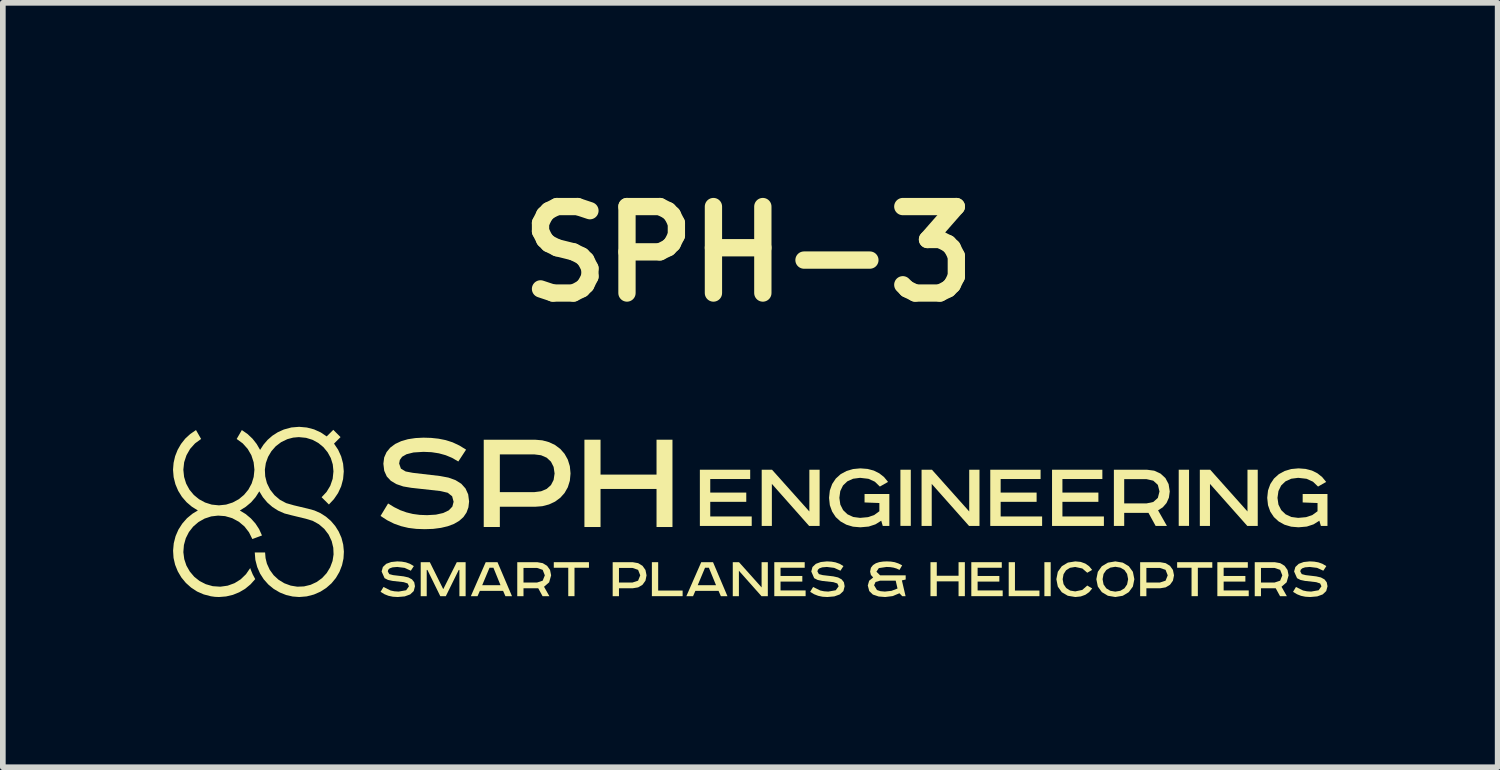
<source format=kicad_pcb>
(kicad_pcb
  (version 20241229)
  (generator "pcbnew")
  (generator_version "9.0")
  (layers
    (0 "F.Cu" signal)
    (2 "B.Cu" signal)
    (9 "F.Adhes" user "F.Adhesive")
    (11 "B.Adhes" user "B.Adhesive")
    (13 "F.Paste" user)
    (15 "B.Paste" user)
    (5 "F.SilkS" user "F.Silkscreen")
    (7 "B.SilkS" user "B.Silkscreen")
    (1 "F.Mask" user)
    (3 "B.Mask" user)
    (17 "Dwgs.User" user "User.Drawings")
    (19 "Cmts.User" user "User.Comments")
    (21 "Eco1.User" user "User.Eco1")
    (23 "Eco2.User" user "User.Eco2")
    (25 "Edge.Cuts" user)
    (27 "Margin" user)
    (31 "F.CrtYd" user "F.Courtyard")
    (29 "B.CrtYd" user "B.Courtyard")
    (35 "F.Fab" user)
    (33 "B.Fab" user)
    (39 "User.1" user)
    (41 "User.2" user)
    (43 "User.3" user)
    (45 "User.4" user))
  (footprint "SPH-3"
    (layer "F.Cu")
    (at 10.143 5.974)
    (property "Reference" "SPH-3" (at 0 -4.548 0) (layer "F.SilkS") (effects (font (size 1.524 1.524) (thickness 0.305))))
    (attr smd)
    (fp_poly (pts (xy 2.862 0.246) (xy 2.679 0.246) (xy 2.679 -0.744) (xy 2.862 -0.744) (xy 2.862 0.246)) (stroke (width 0) (type solid)) (fill yes) (layer "F.SilkS"))
    (fp_poly (pts (xy 5.328 1.485) (xy 5.217 1.485) (xy 5.217 0.886) (xy 5.328 0.886) (xy 5.328 1.485)) (stroke (width 0) (type solid)) (fill yes) (layer "F.SilkS"))
    (fp_poly (pts (xy 7.767 0.246) (xy 7.585 0.246) (xy 7.585 -0.744) (xy 7.767 -0.744) (xy 7.767 0.246)) (stroke (width 0) (type solid)) (fill yes) (layer "F.SilkS"))
    (fp_poly (pts (xy -1.591 0.886) (xy -1.591 1.386) (xy -1.16 1.386) (xy -1.16 1.485) (xy -1.702 1.485) (xy -1.702 0.886) (xy -1.591 0.886)) (stroke (width 0) (type solid)) (fill yes) (layer "F.SilkS"))
    (fp_poly (pts (xy 4.698 0.886) (xy 4.698 1.386) (xy 5.13 1.386) (xy 5.13 1.485) (xy 4.588 1.485) (xy 4.588 0.886) (xy 4.698 0.886)) (stroke (width 0) (type solid)) (fill yes) (layer "F.SilkS"))
    (fp_poly (pts (xy -2.811 0.886) (xy -2.811 0.984) (xy -3.066 0.984) (xy -3.066 1.485) (xy -3.176 1.485) (xy -3.176 0.984) (xy -3.431 0.984) (xy -3.431 0.886) (xy -2.811 0.886)) (stroke (width 0) (type solid)) (fill yes) (layer "F.SilkS"))
    (fp_poly (pts (xy 8.177 0.886) (xy 8.177 0.984) (xy 7.922 0.984) (xy 7.922 1.485) (xy 7.811 1.485) (xy 7.811 0.984) (xy 7.557 0.984) (xy 7.557 0.886) (xy 8.177 0.886)) (stroke (width 0) (type solid)) (fill yes) (layer "F.SilkS"))
    (fp_poly (pts (xy -0.166 0.886) (xy 0.232 1.331) (xy 0.232 0.886) (xy 0.342 0.886) (xy 0.342 1.485) (xy 0.23 1.485) (xy -0.168 1.037) (xy -0.168 1.485) (xy -0.276 1.485) (xy -0.276 0.886) (xy -0.166 0.886)) (stroke (width 0) (type solid)) (fill yes) (layer "F.SilkS"))
    (fp_poly (pts (xy 0.416 -0.744) (xy 1.074 -0.008) (xy 1.074 -0.744) (xy 1.255 -0.744) (xy 1.255 0.247) (xy 1.07 0.247) (xy 0.413 -0.494) (xy 0.413 0.247) (xy 0.234 0.247) (xy 0.234 -0.744) (xy 0.416 -0.744)) (stroke (width 0) (type solid)) (fill yes) (layer "F.SilkS"))
    (fp_poly (pts (xy 3.235 -0.744) (xy 3.892 -0.008) (xy 3.892 -0.744) (xy 4.073 -0.744) (xy 4.073 0.247) (xy 3.889 0.247) (xy 3.231 -0.494) (xy 3.231 0.247) (xy 3.052 0.247) (xy 3.052 -0.744) (xy 3.235 -0.744)) (stroke (width 0) (type solid)) (fill yes) (layer "F.SilkS"))
    (fp_poly (pts (xy 8.14 -0.744) (xy 8.797 -0.008) (xy 8.797 -0.744) (xy 8.978 -0.744) (xy 8.978 0.247) (xy 8.794 0.247) (xy 8.136 -0.494) (xy 8.136 0.247) (xy 7.957 0.247) (xy 7.957 -0.744) (xy 8.14 -0.744)) (stroke (width 0) (type solid)) (fill yes) (layer "F.SilkS"))
    (fp_poly (pts (xy -2.607 -1.273) (xy -2.607 -0.658) (xy -1.62 -0.658) (xy -1.62 -1.273) (xy -1.339 -1.273) (xy -1.339 0.266) (xy -1.62 0.266) (xy -1.62 -0.405) (xy -2.607 -0.405) (xy -2.607 0.266) (xy -2.891 0.266) (xy -2.891 -1.273) (xy -2.607 -1.273)) (stroke (width 0) (type solid)) (fill yes) (layer "F.SilkS"))
    (fp_poly (pts (xy 0.031 -0.744) (xy 0.031 -0.58) (xy -0.673 -0.58) (xy -0.673 -0.341) (xy -0.038 -0.341) (xy -0.038 -0.178) (xy -0.673 -0.178) (xy -0.673 0.08) (xy 0.058 0.08) (xy 0.058 0.247) (xy -0.856 0.247) (xy -0.856 -0.744) (xy 0.031 -0.744)) (stroke (width 0) (type solid)) (fill yes) (layer "F.SilkS"))
    (fp_poly (pts (xy 0.992 0.886) (xy 0.992 0.984) (xy 0.566 0.984) (xy 0.566 1.129) (xy 0.95 1.129) (xy 0.95 1.228) (xy 0.566 1.228) (xy 0.566 1.384) (xy 1.008 1.384) (xy 1.008 1.485) (xy 0.456 1.485) (xy 0.456 0.886) (xy 0.992 0.886)) (stroke (width 0) (type solid)) (fill yes) (layer "F.SilkS"))
    (fp_poly (pts (xy 3.32 0.886) (xy 3.32 1.125) (xy 3.704 1.125) (xy 3.704 0.886) (xy 3.815 0.886) (xy 3.815 1.485) (xy 3.704 1.485) (xy 3.704 1.224) (xy 3.32 1.224) (xy 3.32 1.485) (xy 3.209 1.485) (xy 3.209 0.886) (xy 3.32 0.886)) (stroke (width 0) (type solid)) (fill yes) (layer "F.SilkS"))
    (fp_poly (pts (xy 4.466 0.886) (xy 4.466 0.984) (xy 4.04 0.984) (xy 4.04 1.129) (xy 4.423 1.129) (xy 4.423 1.228) (xy 4.04 1.228) (xy 4.04 1.384) (xy 4.482 1.384) (xy 4.482 1.485) (xy 3.929 1.485) (xy 3.929 0.886) (xy 4.466 0.886)) (stroke (width 0) (type solid)) (fill yes) (layer "F.SilkS"))
    (fp_poly (pts (xy 5.15 -0.744) (xy 5.15 -0.58) (xy 4.446 -0.58) (xy 4.446 -0.341) (xy 5.08 -0.341) (xy 5.08 -0.178) (xy 4.446 -0.178) (xy 4.446 0.08) (xy 5.177 0.08) (xy 5.177 0.247) (xy 4.263 0.247) (xy 4.263 -0.744) (xy 5.15 -0.744)) (stroke (width 0) (type solid)) (fill yes) (layer "F.SilkS"))
    (fp_poly (pts (xy 6.239 -0.744) (xy 6.239 -0.58) (xy 5.535 -0.58) (xy 5.535 -0.341) (xy 6.169 -0.341) (xy 6.169 -0.178) (xy 5.535 -0.178) (xy 5.535 0.08) (xy 6.266 0.08) (xy 6.266 0.247) (xy 5.352 0.247) (xy 5.352 -0.744) (xy 6.239 -0.744)) (stroke (width 0) (type solid)) (fill yes) (layer "F.SilkS"))
    (fp_poly (pts (xy 8.803 0.886) (xy 8.803 0.984) (xy 8.377 0.984) (xy 8.377 1.129) (xy 8.76 1.129) (xy 8.76 1.228) (xy 8.377 1.228) (xy 8.377 1.384) (xy 8.819 1.384) (xy 8.819 1.485) (xy 8.266 1.485) (xy 8.266 0.886) (xy 8.803 0.886)) (stroke (width 0) (type solid)) (fill yes) (layer "F.SilkS"))
    (fp_poly (pts (xy -4.693 1.292) (xy -4.325 1.391) (xy -4.734 1.391) (xy -4.775 1.485) (xy -4.893 1.485) (xy -4.631 0.886) (xy -4.423 0.886) (xy -4.168 1.485) (xy -4.284 1.485) (xy -4.325 1.391) (xy -4.693 1.292) (xy -4.37 1.292) (xy -4.495 0.984) (xy -4.564 0.984) (xy -4.693 1.292)) (stroke (width 0) (type solid)) (fill yes) (layer "F.SilkS"))
    (fp_poly (pts (xy -0.894 1.292) (xy -0.527 1.391) (xy -0.935 1.391) (xy -0.976 1.485) (xy -1.094 1.485) (xy -0.832 0.886) (xy -0.624 0.886) (xy -0.37 1.485) (xy -0.486 1.485) (xy -0.527 1.391) (xy -0.894 1.292) (xy -0.571 1.292) (xy -0.697 0.984) (xy -0.765 0.984) (xy -0.894 1.292)) (stroke (width 0) (type solid)) (fill yes) (layer "F.SilkS"))
    (fp_poly (pts (xy -5.616 0.886) (xy -5.382 1.357) (xy -5.377 1.357) (xy -5.141 0.886) (xy -4.985 0.886) (xy -4.985 1.485) (xy -5.095 1.485) (xy -5.095 1.022) (xy -5.106 1.022) (xy -5.334 1.485) (xy -5.432 1.485) (xy -5.659 1.022) (xy -5.671 1.022) (xy -5.671 1.485) (xy -5.777 1.485) (xy -5.777 0.886) (xy -5.616 0.886) (xy -5.616 0.886)) (stroke (width 0) (type solid)) (fill yes) (layer "F.SilkS"))
    (fp_poly (pts (xy -2.282 1.245) (xy -2.045 1.245) (xy -1.815 1.212) (xy -1.867 1.284) (xy -1.944 1.33) (xy -2.04 1.346) (xy -2.282 1.346) (xy -2.282 1.485) (xy -2.393 1.485) (xy -2.393 0.886) (xy -2.04 0.886) (xy -2.04 0.886) (xy -1.944 0.903) (xy -1.867 0.95) (xy -1.815 1.023) (xy -1.796 1.118) (xy -1.815 1.212) (xy -2.045 1.245) (xy -1.945 1.212) (xy -1.907 1.118) (xy -1.945 1.021) (xy -2.045 0.987) (xy -2.282 0.987) (xy -2.282 1.245) (xy -2.282 1.245)) (stroke (width 0) (type solid)) (fill yes) (layer "F.SilkS"))
    (fp_poly (pts (xy 7.015 1.245) (xy 7.252 1.245) (xy 7.483 1.212) (xy 7.431 1.284) (xy 7.354 1.33) (xy 7.257 1.346) (xy 7.015 1.346) (xy 7.015 1.485) (xy 6.905 1.485) (xy 6.905 0.886) (xy 7.257 0.886) (xy 7.257 0.886) (xy 7.354 0.903) (xy 7.431 0.95) (xy 7.483 1.023) (xy 7.502 1.118) (xy 7.483 1.212) (xy 7.252 1.245) (xy 7.353 1.212) (xy 7.391 1.118) (xy 7.353 1.021) (xy 7.252 0.987) (xy 7.015 0.987) (xy 7.015 1.245) (xy 7.015 1.245)) (stroke (width 0) (type solid)) (fill yes) (layer "F.SilkS"))
    (fp_poly (pts (xy -3.965 1.245) (xy -3.727 1.245) (xy -3.513 1.241) (xy -3.603 1.319) (xy -3.509 1.485) (xy -3.629 1.485) (xy -3.705 1.346) (xy -3.965 1.346) (xy -3.965 1.485) (xy -4.075 1.485) (xy -4.075 0.886) (xy -3.722 0.886) (xy -3.722 0.886) (xy -3.626 0.903) (xy -3.549 0.95) (xy -3.497 1.023) (xy -3.478 1.118) (xy -3.513 1.241) (xy -3.727 1.245) (xy -3.627 1.212) (xy -3.589 1.118) (xy -3.627 1.021) (xy -3.727 0.987) (xy -3.965 0.987) (xy -3.965 1.245) (xy -3.965 1.245)) (stroke (width 0) (type solid)) (fill yes) (layer "F.SilkS"))
    (fp_poly (pts (xy 9.035 1.245) (xy 9.273 1.245) (xy 9.487 1.241) (xy 9.397 1.319) (xy 9.491 1.485) (xy 9.371 1.485) (xy 9.295 1.346) (xy 9.035 1.346) (xy 9.035 1.485) (xy 8.925 1.485) (xy 8.925 0.886) (xy 9.278 0.886) (xy 9.278 0.886) (xy 9.374 0.903) (xy 9.451 0.95) (xy 9.503 1.023) (xy 9.522 1.118) (xy 9.487 1.241) (xy 9.273 1.245) (xy 9.373 1.212) (xy 9.411 1.118) (xy 9.373 1.021) (xy 9.273 0.987) (xy 9.035 0.987) (xy 9.035 1.245) (xy 9.035 1.245)) (stroke (width 0) (type solid)) (fill yes) (layer "F.SilkS"))
    (fp_poly (pts (xy 6.624 -0.15) (xy 7.305 -0.082) (xy 7.221 -0.028) (xy 7.377 0.247) (xy 7.178 0.247) (xy 7.052 0.017) (xy 6.624 0.017) (xy 6.624 0.247) (xy 6.442 0.247) (xy 6.442 -0.744) (xy 7.024 -0.744) (xy 7.153 -0.727) (xy 7.264 -0.676) (xy 7.351 -0.596) (xy 7.407 -0.49) (xy 7.427 -0.361) (xy 7.412 -0.251) (xy 7.37 -0.157) (xy 7.305 -0.082) (xy 6.624 -0.15) (xy 7.017 -0.15) (xy 7.136 -0.175) (xy 7.217 -0.247) (xy 7.246 -0.361) (xy 7.217 -0.477) (xy 7.136 -0.551) (xy 7.017 -0.578) (xy 6.624 -0.578) (xy 6.624 -0.15)) (stroke (width 0) (type solid)) (fill yes) (layer "F.SilkS"))
    (fp_poly (pts (xy 5.973 1.072) (xy 5.886 0.997) (xy 5.76 0.97) (xy 5.668 0.985) (xy 5.599 1.029) (xy 5.555 1.097) (xy 5.539 1.186) (xy 5.555 1.273) (xy 5.601 1.341) (xy 5.671 1.386) (xy 5.76 1.401) (xy 5.885 1.375) (xy 5.973 1.298) (xy 6.06 1.349) (xy 6.006 1.414) (xy 5.939 1.461) (xy 5.858 1.49) (xy 5.762 1.5) (xy 5.63 1.478) (xy 5.524 1.416) (xy 5.454 1.317) (xy 5.428 1.186) (xy 5.454 1.055) (xy 5.525 0.956) (xy 5.631 0.893) (xy 5.762 0.872) (xy 5.857 0.881) (xy 5.938 0.91) (xy 6.005 0.957) (xy 6.059 1.022) (xy 5.973 1.072) (xy 5.973 1.072)) (stroke (width 0) (type solid)) (fill yes) (layer "F.SilkS"))
    (fp_poly (pts (xy 6.243 1.186) (xy 6.23 1.414) (xy 6.159 1.315) (xy 6.133 1.186) (xy 6.159 1.056) (xy 6.23 0.957) (xy 6.337 0.894) (xy 6.468 0.872) (xy 6.599 0.894) (xy 6.705 0.957) (xy 6.777 1.056) (xy 6.803 1.186) (xy 6.777 1.315) (xy 6.705 1.414) (xy 6.599 1.478) (xy 6.468 1.5) (xy 6.337 1.478) (xy 6.23 1.414) (xy 6.243 1.186) (xy 6.26 1.278) (xy 6.308 1.347) (xy 6.379 1.39) (xy 6.467 1.405) (xy 6.556 1.39) (xy 6.628 1.347) (xy 6.675 1.278) (xy 6.693 1.186) (xy 6.675 1.093) (xy 6.628 1.024) (xy 6.556 0.982) (xy 6.467 0.967) (xy 6.379 0.982) (xy 6.308 1.024) (xy 6.26 1.093) (xy 6.243 1.186)) (stroke (width 0) (type solid)) (fill yes) (layer "F.SilkS"))
    (fp_poly (pts (xy -4.382 -0.349) (xy -3.241 -0.334) (xy -3.316 -0.25) (xy -3.408 -0.182) (xy -3.515 -0.132) (xy -3.633 -0.101) (xy -3.762 -0.091) (xy -4.382 -0.091) (xy -4.382 0.266) (xy -4.666 0.266) (xy -4.666 -1.273) (xy -3.762 -1.273) (xy -3.633 -1.262) (xy -3.515 -1.23) (xy -3.408 -1.179) (xy -3.316 -1.11) (xy -3.241 -1.024) (xy -3.184 -0.922) (xy -3.148 -0.806) (xy -3.136 -0.678) (xy -3.148 -0.549) (xy -3.184 -0.434) (xy -3.241 -0.334) (xy -4.382 -0.349) (xy -3.773 -0.349) (xy -3.655 -0.364) (xy -3.556 -0.406) (xy -3.481 -0.473) (xy -3.434 -0.564) (xy -3.417 -0.678) (xy -3.434 -0.793) (xy -3.481 -0.886) (xy -3.556 -0.956) (xy -3.655 -0.999) (xy -3.773 -1.014) (xy -4.382 -1.014) (xy -4.382 -0.349)) (stroke (width 0) (type solid)) (fill yes) (layer "F.SilkS"))
    (fp_poly (pts (xy -5.951 1.036) (xy -6.061 0.986) (xy -6.191 0.97) (xy -6.273 0.977) (xy -6.324 0.995) (xy -6.35 1.02) (xy -6.357 1.05) (xy -6.331 1.096) (xy -6.263 1.114) (xy -6.077 1.136) (xy -5.994 1.155) (xy -5.931 1.189) (xy -5.891 1.24) (xy -5.878 1.31) (xy -5.9 1.395) (xy -5.962 1.454) (xy -6.058 1.489) (xy -6.182 1.5) (xy -6.267 1.495) (xy -6.344 1.479) (xy -6.415 1.451) (xy -6.485 1.409) (xy -6.433 1.323) (xy -6.308 1.385) (xy -6.241 1.399) (xy -6.166 1.404) (xy -6.034 1.381) (xy -5.984 1.311) (xy -6.007 1.261) (xy -6.077 1.238) (xy -6.274 1.216) (xy -6.353 1.199) (xy -6.414 1.168) (xy -6.466 1.05) (xy -6.444 0.971) (xy -6.385 0.915) (xy -6.297 0.883) (xy -6.191 0.872) (xy -6.112 0.876) (xy -6.038 0.889) (xy -5.968 0.914) (xy -5.898 0.955) (xy -5.951 1.036) (xy -5.951 1.036)) (stroke (width 0) (type solid)) (fill yes) (layer "F.SilkS"))
    (fp_poly (pts (xy 1.622 1.036) (xy 1.512 0.986) (xy 1.383 0.97) (xy 1.301 0.977) (xy 1.25 0.995) (xy 1.224 1.02) (xy 1.216 1.05) (xy 1.242 1.096) (xy 1.31 1.114) (xy 1.497 1.136) (xy 1.58 1.155) (xy 1.643 1.189) (xy 1.683 1.24) (xy 1.696 1.31) (xy 1.674 1.395) (xy 1.611 1.454) (xy 1.515 1.489) (xy 1.392 1.5) (xy 1.306 1.495) (xy 1.23 1.479) (xy 1.158 1.451) (xy 1.088 1.409) (xy 1.14 1.323) (xy 1.266 1.385) (xy 1.333 1.399) (xy 1.408 1.404) (xy 1.539 1.381) (xy 1.59 1.311) (xy 1.567 1.261) (xy 1.497 1.238) (xy 1.299 1.216) (xy 1.22 1.199) (xy 1.159 1.168) (xy 1.108 1.05) (xy 1.129 0.971) (xy 1.189 0.915) (xy 1.276 0.883) (xy 1.383 0.872) (xy 1.462 0.876) (xy 1.535 0.889) (xy 1.606 0.914) (xy 1.675 0.955) (xy 1.622 1.036) (xy 1.622 1.036)) (stroke (width 0) (type solid)) (fill yes) (layer "F.SilkS"))
    (fp_poly (pts (xy 10.134 1.036) (xy 10.024 0.986) (xy 9.894 0.97) (xy 9.812 0.977) (xy 9.761 0.995) (xy 9.735 1.02) (xy 9.728 1.05) (xy 9.754 1.096) (xy 9.822 1.114) (xy 10.008 1.136) (xy 10.091 1.155) (xy 10.154 1.189) (xy 10.194 1.24) (xy 10.208 1.31) (xy 10.185 1.395) (xy 10.123 1.454) (xy 10.027 1.489) (xy 9.903 1.5) (xy 9.818 1.495) (xy 9.741 1.479) (xy 9.67 1.451) (xy 9.6 1.409) (xy 9.652 1.323) (xy 9.777 1.385) (xy 9.844 1.399) (xy 9.919 1.404) (xy 10.051 1.381) (xy 10.101 1.311) (xy 10.078 1.261) (xy 10.008 1.238) (xy 9.811 1.216) (xy 9.731 1.199) (xy 9.671 1.168) (xy 9.619 1.05) (xy 9.641 0.971) (xy 9.7 0.915) (xy 9.788 0.883) (xy 9.894 0.872) (xy 9.973 0.876) (xy 10.047 0.889) (xy 10.117 0.914) (xy 10.187 0.955) (xy 10.134 1.036) (xy 10.134 1.036)) (stroke (width 0) (type solid)) (fill yes) (layer "F.SilkS"))
    (fp_poly (pts (xy 2.405 1.404) (xy 2.662 1.434) (xy 2.541 1.484) (xy 2.411 1.5) (xy 2.296 1.491) (xy 2.194 1.457) (xy 2.13 1.395) (xy 2.104 1.297) (xy 2.128 1.213) (xy 2.199 1.155) (xy 2.159 1.111) (xy 2.145 1.052) (xy 2.159 0.984) (xy 2.196 0.937) (xy 2.246 0.905) (xy 2.306 0.885) (xy 2.372 0.875) (xy 2.437 0.872) (xy 2.51 0.875) (xy 2.578 0.886) (xy 2.643 0.908) (xy 2.71 0.941) (xy 2.663 1.022) (xy 2.611 0.998) (xy 2.558 0.982) (xy 2.501 0.973) (xy 2.435 0.97) (xy 2.299 0.99) (xy 2.256 1.054) (xy 2.322 1.118) (xy 2.772 1.118) (xy 2.772 1.192) (xy 2.772 1.192) (xy 2.705 1.207) (xy 2.77 1.485) (xy 2.711 1.485) (xy 2.662 1.434) (xy 2.405 1.404) (xy 2.522 1.391) (xy 2.628 1.35) (xy 2.596 1.212) (xy 2.32 1.212) (xy 2.241 1.235) (xy 2.215 1.293) (xy 2.266 1.377) (xy 2.327 1.397) (xy 2.405 1.404) (xy 2.405 1.404)) (stroke (width 0) (type solid)) (fill yes) (layer "F.SilkS"))
    (fp_poly (pts (xy 2.484 -0.316) (xy 2.484 0.247) (xy 2.368 0.247) (xy 2.341 0.155) (xy 2.239 0.219) (xy 2.12 0.258) (xy 1.973 0.271) (xy 1.843 0.26) (xy 1.726 0.225) (xy 1.624 0.168) (xy 1.539 0.091) (xy 1.476 -0.005) (xy 1.435 -0.118) (xy 1.421 -0.248) (xy 1.435 -0.378) (xy 1.476 -0.492) (xy 1.54 -0.588) (xy 1.625 -0.665) (xy 1.728 -0.721) (xy 1.845 -0.756) (xy 1.973 -0.768) (xy 2.1 -0.758) (xy 2.21 -0.729) (xy 2.306 -0.681) (xy 2.39 -0.615) (xy 2.461 -0.529) (xy 2.317 -0.447) (xy 2.228 -0.533) (xy 2.115 -0.584) (xy 1.968 -0.601) (xy 1.845 -0.585) (xy 1.743 -0.539) (xy 1.667 -0.466) (xy 1.619 -0.368) (xy 1.603 -0.248) (xy 1.62 -0.129) (xy 1.669 -0.032) (xy 1.746 0.042) (xy 1.847 0.089) (xy 1.968 0.105) (xy 2.108 0.092) (xy 2.218 0.054) (xy 2.308 -0.012) (xy 2.308 -0.157) (xy 2.047 -0.167) (xy 2.047 -0.316) (xy 2.484 -0.316) (xy 2.484 -0.316)) (stroke (width 0) (type solid)) (fill yes) (layer "F.SilkS"))
    (fp_poly (pts (xy 10.207 -0.316) (xy 10.207 0.247) (xy 10.091 0.247) (xy 10.064 0.155) (xy 9.962 0.219) (xy 9.843 0.258) (xy 9.697 0.271) (xy 9.567 0.26) (xy 9.449 0.225) (xy 9.347 0.168) (xy 9.263 0.091) (xy 9.199 -0.005) (xy 9.159 -0.118) (xy 9.145 -0.248) (xy 9.159 -0.378) (xy 9.2 -0.492) (xy 9.264 -0.588) (xy 9.349 -0.665) (xy 9.451 -0.721) (xy 9.568 -0.756) (xy 9.697 -0.768) (xy 9.823 -0.758) (xy 9.934 -0.729) (xy 10.03 -0.681) (xy 10.113 -0.615) (xy 10.184 -0.529) (xy 10.041 -0.447) (xy 9.951 -0.533) (xy 9.839 -0.584) (xy 9.691 -0.601) (xy 9.568 -0.585) (xy 9.467 -0.539) (xy 9.391 -0.466) (xy 9.343 -0.368) (xy 9.326 -0.248) (xy 9.343 -0.129) (xy 9.392 -0.032) (xy 9.469 0.042) (xy 9.57 0.089) (xy 9.691 0.105) (xy 9.832 0.092) (xy 9.942 0.054) (xy 10.032 -0.012) (xy 10.032 -0.157) (xy 9.77 -0.167) (xy 9.77 -0.316) (xy 10.207 -0.316) (xy 10.207 -0.316)) (stroke (width 0) (type solid)) (fill yes) (layer "F.SilkS"))
    (fp_poly (pts (xy -5.114 -0.889) (xy -5.224 -0.953) (xy -5.337 -1) (xy -5.457 -1.033) (xy -5.586 -1.053) (xy -5.729 -1.059) (xy -5.904 -1.048) (xy -6.027 -1.017) (xy -6.105 -0.972) (xy -6.145 -0.916) (xy -6.157 -0.853) (xy -6.126 -0.763) (xy -6.042 -0.713) (xy -5.915 -0.689) (xy -5.436 -0.633) (xy -5.288 -0.605) (xy -5.163 -0.56) (xy -5.061 -0.496) (xy -4.987 -0.413) (xy -4.94 -0.309) (xy -4.924 -0.185) (xy -4.936 -0.08) (xy -4.97 0.012) (xy -5.024 0.091) (xy -5.098 0.157) (xy -5.19 0.211) (xy -5.298 0.252) (xy -5.421 0.281) (xy -5.558 0.299) (xy -5.706 0.304) (xy -5.855 0.299) (xy -5.993 0.282) (xy -6.123 0.251) (xy -6.247 0.207) (xy -6.367 0.147) (xy -6.485 0.071) (xy -6.352 -0.149) (xy -6.245 -0.084) (xy -6.138 -0.031) (xy -6.029 0.008) (xy -5.915 0.036) (xy -5.794 0.052) (xy -5.664 0.057) (xy -5.509 0.048) (xy -5.38 0.019) (xy -5.282 -0.028) (xy -5.219 -0.094) (xy -5.197 -0.179) (xy -5.223 -0.276) (xy -5.301 -0.338) (xy -5.436 -0.369) (xy -5.943 -0.425) (xy -6.085 -0.449) (xy -6.205 -0.49) (xy -6.303 -0.548) (xy -6.375 -0.625) (xy -6.42 -0.725) (xy -6.435 -0.85) (xy -6.421 -0.96) (xy -6.379 -1.054) (xy -6.314 -1.133) (xy -6.227 -1.198) (xy -6.122 -1.247) (xy -6.002 -1.282) (xy -5.87 -1.302) (xy -5.729 -1.309) (xy -5.593 -1.305) (xy -5.463 -1.291) (xy -5.337 -1.266) (xy -5.215 -1.227) (xy -5.096 -1.171) (xy -4.977 -1.098) (xy -5.114 -0.889)) (stroke (width 0) (type solid)) (fill yes) (layer "F.SilkS"))
    (fp_poly (pts (xy -7.174 0.456) (xy -7.222 0.347) (xy -7.284 0.248) (xy -7.36 0.159) (xy -7.448 0.083) (xy -7.545 0.021) (xy -7.651 -0.026) (xy -7.764 -0.057) (xy -8.02 -0.118) (xy -8.025 -0.12) (xy -8.148 -0.155) (xy -8.259 -0.214) (xy -8.354 -0.295) (xy -8.432 -0.394) (xy -8.488 -0.508) (xy -8.518 -0.627) (xy -8.524 -0.745) (xy -8.507 -0.861) (xy -8.468 -0.97) (xy -8.409 -1.07) (xy -8.332 -1.158) (xy -8.237 -1.23) (xy -8.127 -1.283) (xy -8.025 -1.31) (xy -7.923 -1.319) (xy -7.923 -1.318) (xy -7.918 -1.318) (xy -7.797 -1.306) (xy -7.684 -1.271) (xy -7.581 -1.215) (xy -7.492 -1.142) (xy -7.418 -1.052) (xy -7.362 -0.95) (xy -7.327 -0.837) (xy -7.315 -0.715) (xy -7.329 -0.583) (xy -7.371 -0.461) (xy -7.437 -0.352) (xy -7.524 -0.259) (xy -7.395 -0.131) (xy -7.307 -0.225) (xy -7.234 -0.332) (xy -7.179 -0.451) (xy -7.145 -0.579) (xy -7.133 -0.715) (xy -7.145 -0.851) (xy -7.179 -0.978) (xy -7.233 -1.097) (xy -7.305 -1.204) (xy -7.19 -1.319) (xy -7.318 -1.447) (xy -7.434 -1.331) (xy -7.54 -1.402) (xy -7.657 -1.455) (xy -7.784 -1.488) (xy -7.918 -1.5) (xy -7.923 -1.5) (xy -7.923 -1.5) (xy -8.056 -1.489) (xy -8.189 -1.453) (xy -8.296 -1.405) (xy -8.391 -1.344) (xy -8.476 -1.27) (xy -8.548 -1.186) (xy -8.608 -1.093) (xy -8.668 -1.197) (xy -8.742 -1.291) (xy -8.83 -1.374) (xy -8.93 -1.443) (xy -9.021 -1.286) (xy -8.914 -1.208) (xy -8.827 -1.111) (xy -8.762 -0.999) (xy -8.722 -0.875) (xy -8.708 -0.743) (xy -8.721 -0.617) (xy -8.757 -0.5) (xy -8.815 -0.393) (xy -8.892 -0.3) (xy -8.984 -0.224) (xy -9.091 -0.166) (xy -9.208 -0.129) (xy -9.334 -0.116) (xy -9.461 -0.129) (xy -9.578 -0.166) (xy -9.685 -0.224) (xy -9.777 -0.3) (xy -9.854 -0.393) (xy -9.912 -0.5) (xy -9.948 -0.617) (xy -9.961 -0.743) (xy -9.947 -0.875) (xy -9.906 -0.999) (xy -9.842 -1.111) (xy -9.755 -1.208) (xy -9.648 -1.286) (xy -9.738 -1.443) (xy -9.839 -1.374) (xy -9.928 -1.292) (xy -10.002 -1.198) (xy -10.062 -1.094) (xy -10.106 -0.983) (xy -10.133 -0.865) (xy -10.143 -0.743) (xy -10.132 -0.612) (xy -10.101 -0.488) (xy -10.052 -0.372) (xy -9.986 -0.266) (xy -9.905 -0.172) (xy -9.811 -0.092) (xy -9.705 -0.026) (xy -9.798 0.03) (xy -9.897 0.111) (xy -9.98 0.206) (xy -10.048 0.312) (xy -10.098 0.427) (xy -10.13 0.552) (xy -10.142 0.682) (xy -10.134 0.81) (xy -10.106 0.932) (xy -10.059 1.048) (xy -9.996 1.155) (xy -9.917 1.251) (xy -9.824 1.334) (xy -9.719 1.403) (xy -9.602 1.454) (xy -9.475 1.487) (xy -9.403 1.497) (xy -9.332 1.5) (xy -9.208 1.49) (xy -9.088 1.462) (xy -8.975 1.416) (xy -8.87 1.354) (xy -8.776 1.276) (xy -8.694 1.184) (xy -8.739 1.1) (xy -8.776 1.01) (xy -8.782 0.989) (xy -8.857 1.098) (xy -8.95 1.188) (xy -9.059 1.256) (xy -9.18 1.3) (xy -9.309 1.318) (xy -9.443 1.309) (xy -9.565 1.274) (xy -9.675 1.218) (xy -9.769 1.143) (xy -9.847 1.051) (xy -9.907 0.946) (xy -9.945 0.832) (xy -9.961 0.709) (xy -9.951 0.583) (xy -9.918 0.464) (xy -9.863 0.355) (xy -9.788 0.259) (xy -9.694 0.178) (xy -9.586 0.117) (xy -9.47 0.079) (xy -9.349 0.065) (xy -9.225 0.074) (xy -9.098 0.111) (xy -8.983 0.173) (xy -8.884 0.256) (xy -8.804 0.359) (xy -8.745 0.478) (xy -8.575 0.415) (xy -8.625 0.304) (xy -8.691 0.203) (xy -8.771 0.114) (xy -8.863 0.037) (xy -8.965 -0.025) (xy -8.861 -0.09) (xy -8.768 -0.168) (xy -8.688 -0.26) (xy -8.622 -0.363) (xy -8.559 -0.259) (xy -8.481 -0.166) (xy -8.391 -0.087) (xy -8.289 -0.022) (xy -8.178 0.027) (xy -8.059 0.058) (xy -7.803 0.12) (xy -7.681 0.157) (xy -7.571 0.218) (xy -7.476 0.3) (xy -7.4 0.4) (xy -7.346 0.515) (xy -7.318 0.632) (xy -7.313 0.749) (xy -7.331 0.865) (xy -7.373 0.977) (xy -7.435 1.079) (xy -7.515 1.166) (xy -7.61 1.235) (xy -7.718 1.285) (xy -7.834 1.313) (xy -7.952 1.318) (xy -8.068 1.299) (xy -8.18 1.258) (xy -8.282 1.196) (xy -8.369 1.116) (xy -8.438 1.021) (xy -8.488 0.912) (xy -8.512 0.814) (xy -8.52 0.715) (xy -8.702 0.715) (xy -8.692 0.844) (xy -8.659 0.971) (xy -8.609 1.086) (xy -8.543 1.189) (xy -8.462 1.28) (xy -8.367 1.358) (xy -8.259 1.421) (xy -8.148 1.465) (xy -8.034 1.491) (xy -7.918 1.5) (xy -7.787 1.489) (xy -7.659 1.456) (xy -7.545 1.406) (xy -7.442 1.34) (xy -7.35 1.259) (xy -7.272 1.164) (xy -7.209 1.056) (xy -7.164 0.94) (xy -7.138 0.821) (xy -7.131 0.699) (xy -7.143 0.576) (xy -7.174 0.456) (xy -7.174 0.456)) (stroke (width 0) (type solid)) (fill yes) (layer "F.SilkS")))
  (gr_rect
    (start -3 -3)
    (end 23.35 10.474)
    (stroke (width 0.1) (type default))
    (fill no)
    (layer "Edge.Cuts")))
</source>
